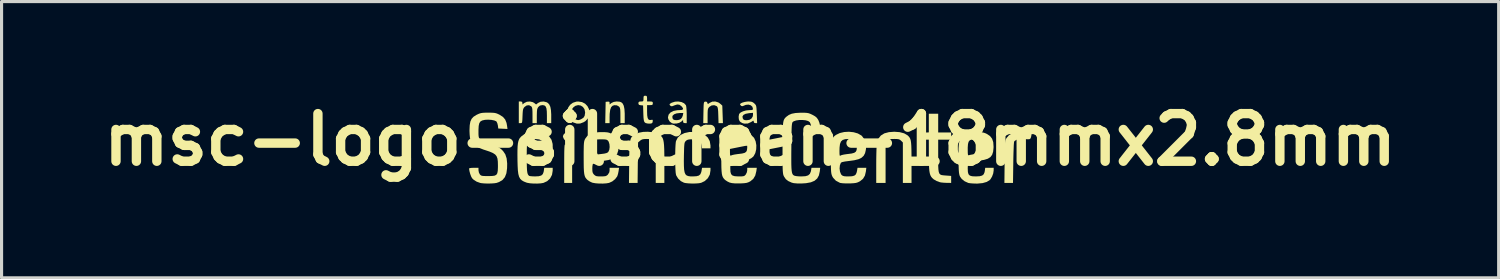
<source format=kicad_pcb>
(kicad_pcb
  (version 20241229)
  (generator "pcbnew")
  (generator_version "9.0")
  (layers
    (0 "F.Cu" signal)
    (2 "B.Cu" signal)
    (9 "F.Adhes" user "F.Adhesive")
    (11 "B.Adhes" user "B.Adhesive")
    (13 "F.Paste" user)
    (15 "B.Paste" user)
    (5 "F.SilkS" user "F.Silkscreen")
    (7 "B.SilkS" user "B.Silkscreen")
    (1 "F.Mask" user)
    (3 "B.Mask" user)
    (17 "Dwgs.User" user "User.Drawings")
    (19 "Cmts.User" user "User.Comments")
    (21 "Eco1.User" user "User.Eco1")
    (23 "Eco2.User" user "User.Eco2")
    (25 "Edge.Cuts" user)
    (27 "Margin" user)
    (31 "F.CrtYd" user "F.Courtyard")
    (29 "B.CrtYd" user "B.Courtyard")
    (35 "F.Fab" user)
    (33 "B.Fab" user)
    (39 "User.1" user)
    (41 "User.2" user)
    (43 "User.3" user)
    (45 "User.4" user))
  (footprint "msc-logo-silscreen-18mmx2.8mm"
    (layer "F.Cu")
    (at 20.944 1.418)
    (property "Reference" "msc-logo-silscreen-18mmx2.8mm" (at 0 0 0) (layer "F.SilkS") (effects (font (size 1.524 1.524) (thickness 0.3))))
    (attr board_only exclude_from_pos_files exclude_from_bom)
    (fp_poly (pts (xy -5.753 -0.239) (xy -5.699 -0.196) (xy -5.672 -0.128) (xy -5.67 -0.104) (xy -5.69 -0.027) (xy -5.74 0.029) (xy -5.81 0.055) (xy -5.886 0.045) (xy -5.893 0.042) (xy -5.938 0.003) (xy -5.971 -0.05) (xy -5.987 -0.104) (xy -5.975 -0.148) (xy -5.954 -0.18) (xy -5.892 -0.234) (xy -5.821 -0.252)) (stroke (width 0) (type solid)) (fill yes) (layer "F.SilkS"))
    (fp_poly (pts (xy -5.919 0.157) (xy -5.871 0.178) (xy -5.805 0.183) (xy -5.744 0.171) (xy -5.721 0.157) (xy -5.712 0.158) (xy -5.706 0.183) (xy -5.7 0.236) (xy -5.697 0.32) (xy -5.695 0.44) (xy -5.693 0.599) (xy -5.693 0.756) (xy -5.693 1.383) (xy -5.947 1.383) (xy -5.947 0.756) (xy -5.946 0.563) (xy -5.945 0.412) (xy -5.942 0.3) (xy -5.938 0.223) (xy -5.933 0.176) (xy -5.926 0.156)) (stroke (width 0) (type solid)) (fill yes) (layer "F.SilkS"))
    (fp_poly (pts (xy -4.176 -1.215) (xy -4.122 -1.197) (xy -4.075 -1.154) (xy -4.041 -1.083) (xy -4.02 -0.978) (xy -4.011 -0.835) (xy -4.011 -0.773) (xy -4.011 -0.53) (xy -4.149 -0.53) (xy -4.149 -0.772) (xy -4.15 -0.884) (xy -4.154 -0.959) (xy -4.163 -1.008) (xy -4.178 -1.04) (xy -4.195 -1.06) (xy -4.263 -1.099) (xy -4.346 -1.103) (xy -4.401 -1.084) (xy -4.446 -1.038) (xy -4.476 -0.954) (xy -4.492 -0.83) (xy -4.495 -0.723) (xy -4.495 -0.53) (xy -4.634 -0.53) (xy -4.621 -1.21) (xy -4.558 -1.217) (xy -4.511 -1.216) (xy -4.495 -1.191) (xy -4.495 -1.175) (xy -4.495 -1.126) (xy -4.434 -1.174) (xy -4.362 -1.208) (xy -4.268 -1.222)) (stroke (width 0) (type solid)) (fill yes) (layer "F.SilkS"))
    (fp_poly (pts (xy -1.015 -1.191) (xy -0.964 -1.156) (xy -0.89 -1.09) (xy -0.88 -0.81) (xy -0.87 -0.53) (xy -1.01 -0.53) (xy -1.018 -0.786) (xy -1.022 -0.9) (xy -1.029 -0.978) (xy -1.038 -1.027) (xy -1.053 -1.057) (xy -1.07 -1.074) (xy -1.148 -1.104) (xy -1.231 -1.095) (xy -1.303 -1.05) (xy -1.329 -1.02) (xy -1.346 -0.988) (xy -1.355 -0.942) (xy -1.359 -0.872) (xy -1.36 -0.766) (xy -1.36 -0.762) (xy -1.36 -0.53) (xy -1.499 -0.53) (xy -1.493 -0.87) (xy -1.49 -1.002) (xy -1.487 -1.094) (xy -1.482 -1.155) (xy -1.475 -1.19) (xy -1.463 -1.208) (xy -1.446 -1.216) (xy -1.433 -1.218) (xy -1.386 -1.211) (xy -1.367 -1.178) (xy -1.357 -1.146) (xy -1.34 -1.145) (xy -1.302 -1.172) (xy -1.297 -1.176) (xy -1.21 -1.217) (xy -1.111 -1.221)) (stroke (width 0) (type solid)) (fill yes) (layer "F.SilkS"))
    (fp_poly (pts (xy 6.016 -0.23) (xy 6.431 -0.23) (xy 6.431 0) (xy 6.016 0) (xy 6.016 0.527) (xy 6.016 0.708) (xy 6.017 0.85) (xy 6.023 0.955) (xy 6.034 1.031) (xy 6.053 1.082) (xy 6.083 1.114) (xy 6.125 1.132) (xy 6.182 1.14) (xy 6.255 1.146) (xy 6.269 1.147) (xy 6.431 1.159) (xy 6.431 1.383) (xy 6.287 1.381) (xy 6.197 1.377) (xy 6.116 1.369) (xy 6.073 1.361) (xy 5.965 1.322) (xy 5.869 1.266) (xy 5.823 1.225) (xy 5.791 1.184) (xy 5.766 1.136) (xy 5.747 1.075) (xy 5.733 0.995) (xy 5.725 0.89) (xy 5.72 0.754) (xy 5.717 0.581) (xy 5.717 0.501) (xy 5.716 0) (xy 5.368 0) (xy 5.382 -0.219) (xy 5.549 -0.226) (xy 5.716 -0.233) (xy 5.716 -0.83) (xy 6.016 -0.83)) (stroke (width 0) (type solid)) (fill yes) (layer "F.SilkS"))
    (fp_poly (pts (xy 4.784 -0.241) (xy 4.927 -0.203) (xy 5.033 -0.141) (xy 5.044 -0.132) (xy 5.077 -0.099) (xy 5.103 -0.065) (xy 5.123 -0.024) (xy 5.139 0.03) (xy 5.149 0.101) (xy 5.156 0.196) (xy 5.16 0.32) (xy 5.162 0.477) (xy 5.163 0.674) (xy 5.163 0.725) (xy 5.163 1.383) (xy 4.886 1.383) (xy 4.886 0.09) (xy 4.83 0.034) (xy 4.793 0.003) (xy 4.752 -0.014) (xy 4.69 -0.022) (xy 4.61 -0.023) (xy 4.52 -0.021) (xy 4.462 -0.012) (xy 4.421 0.006) (xy 4.39 0.034) (xy 4.333 0.09) (xy 4.333 1.383) (xy 4.034 1.383) (xy 4.034 0.796) (xy 4.035 0.615) (xy 4.038 0.449) (xy 4.042 0.306) (xy 4.048 0.191) (xy 4.055 0.113) (xy 4.059 0.092) (xy 4.105 -0.036) (xy 4.183 -0.134) (xy 4.293 -0.202) (xy 4.439 -0.241) (xy 4.611 -0.254)) (stroke (width 0) (type solid)) (fill yes) (layer "F.SilkS"))
    (fp_poly (pts (xy 8.828 -0.252) (xy 8.915 -0.246) (xy 8.969 -0.235) (xy 8.997 -0.215) (xy 9.004 -0.185) (xy 9 -0.153) (xy 8.985 -0.081) (xy 8.969 -0.039) (xy 8.942 -0.018) (xy 8.892 -0.013) (xy 8.808 -0.017) (xy 8.782 -0.018) (xy 8.634 -0.018) (xy 8.528 0.001) (xy 8.462 0.04) (xy 8.444 0.065) (xy 8.44 0.098) (xy 8.434 0.17) (xy 8.43 0.276) (xy 8.425 0.408) (xy 8.421 0.562) (xy 8.418 0.729) (xy 8.418 0.743) (xy 8.409 1.383) (xy 8.134 1.383) (xy 8.141 0.709) (xy 8.143 0.515) (xy 8.145 0.361) (xy 8.148 0.243) (xy 8.151 0.154) (xy 8.156 0.088) (xy 8.163 0.041) (xy 8.172 0.006) (xy 8.184 -0.021) (xy 8.199 -0.048) (xy 8.203 -0.055) (xy 8.28 -0.144) (xy 8.386 -0.205) (xy 8.524 -0.241) (xy 8.698 -0.253) (xy 8.701 -0.253)) (stroke (width 0) (type solid)) (fill yes) (layer "F.SilkS"))
    (fp_poly (pts (xy -5.376 -1.202) (xy -5.278 -1.151) (xy -5.204 -1.074) (xy -5.156 -0.981) (xy -5.136 -0.879) (xy -5.147 -0.775) (xy -5.19 -0.678) (xy -5.267 -0.595) (xy -5.325 -0.559) (xy -5.439 -0.516) (xy -5.544 -0.514) (xy -5.654 -0.551) (xy -5.67 -0.56) (xy -5.767 -0.633) (xy -5.829 -0.724) (xy -5.856 -0.826) (xy -5.854 -0.876) (xy -5.716 -0.876) (xy -5.705 -0.775) (xy -5.668 -0.706) (xy -5.6 -0.659) (xy -5.593 -0.656) (xy -5.534 -0.632) (xy -5.493 -0.626) (xy -5.447 -0.638) (xy -5.406 -0.655) (xy -5.333 -0.7) (xy -5.293 -0.764) (xy -5.278 -0.859) (xy -5.278 -0.876) (xy -5.297 -0.973) (xy -5.347 -1.046) (xy -5.418 -1.092) (xy -5.501 -1.106) (xy -5.586 -1.084) (xy -5.649 -1.039) (xy -5.697 -0.977) (xy -5.715 -0.907) (xy -5.716 -0.876) (xy -5.854 -0.876) (xy -5.852 -0.93) (xy -5.818 -1.03) (xy -5.757 -1.116) (xy -5.67 -1.181) (xy -5.559 -1.217) (xy -5.497 -1.221)) (stroke (width 0) (type solid)) (fill yes) (layer "F.SilkS"))
    (fp_poly (pts (xy -3.123 -0.239) (xy -2.992 -0.204) (xy -2.897 -0.156) (xy -2.856 -0.124) (xy -2.822 -0.089) (xy -2.796 -0.046) (xy -2.777 0.011) (xy -2.763 0.086) (xy -2.753 0.184) (xy -2.747 0.312) (xy -2.744 0.474) (xy -2.743 0.675) (xy -2.743 0.732) (xy -2.743 1.383) (xy -3.019 1.383) (xy -3.019 0.776) (xy -3.02 0.569) (xy -3.022 0.404) (xy -3.027 0.275) (xy -3.035 0.178) (xy -3.046 0.107) (xy -3.061 0.057) (xy -3.081 0.024) (xy -3.106 0.003) (xy -3.113 -0.000487) (xy -3.157 -0.012) (xy -3.23 -0.02) (xy -3.305 -0.023) (xy -3.394 -0.02) (xy -3.454 -0.008) (xy -3.5 0.017) (xy -3.519 0.033) (xy -3.584 0.088) (xy -3.592 0.736) (xy -3.599 1.383) (xy -3.875 1.383) (xy -3.868 0.72) (xy -3.865 0.509) (xy -3.862 0.338) (xy -3.856 0.202) (xy -3.847 0.098) (xy -3.833 0.018) (xy -3.814 -0.042) (xy -3.788 -0.087) (xy -3.754 -0.122) (xy -3.711 -0.153) (xy -3.67 -0.178) (xy -3.557 -0.224) (xy -3.419 -0.249) (xy -3.27 -0.254)) (stroke (width 0) (type solid)) (fill yes) (layer "F.SilkS"))
    (fp_poly (pts (xy -3.317 -1.401) (xy -3.3 -1.377) (xy -3.296 -1.322) (xy -3.296 -1.314) (xy -3.296 -1.222) (xy -3.204 -1.222) (xy -3.144 -1.218) (xy -3.118 -1.204) (xy -3.112 -1.169) (xy -3.112 -1.164) (xy -3.117 -1.127) (xy -3.14 -1.11) (xy -3.196 -1.106) (xy -3.204 -1.106) (xy -3.296 -1.106) (xy -3.296 -0.901) (xy -3.292 -0.776) (xy -3.277 -0.692) (xy -3.249 -0.644) (xy -3.207 -0.628) (xy -3.164 -0.633) (xy -3.125 -0.638) (xy -3.113 -0.616) (xy -3.116 -0.583) (xy -3.127 -0.539) (xy -3.159 -0.519) (xy -3.204 -0.514) (xy -3.275 -0.516) (xy -3.335 -0.53) (xy -3.336 -0.53) (xy -3.366 -0.548) (xy -3.387 -0.577) (xy -3.401 -0.625) (xy -3.41 -0.7) (xy -3.415 -0.81) (xy -3.417 -0.876) (xy -3.423 -1.095) (xy -3.498 -1.102) (xy -3.55 -1.113) (xy -3.571 -1.14) (xy -3.573 -1.165) (xy -3.566 -1.203) (xy -3.538 -1.219) (xy -3.492 -1.222) (xy -3.44 -1.224) (xy -3.417 -1.242) (xy -3.411 -1.287) (xy -3.411 -1.314) (xy -3.408 -1.373) (xy -3.393 -1.4) (xy -3.359 -1.406) (xy -3.354 -1.406)) (stroke (width 0) (type solid)) (fill yes) (layer "F.SilkS"))
    (fp_poly (pts (xy -7.296 -1.211) (xy -7.283 -1.174) (xy -7.283 -1.126) (xy -7.223 -1.174) (xy -7.14 -1.213) (xy -7.042 -1.221) (xy -6.948 -1.199) (xy -6.906 -1.174) (xy -6.846 -1.126) (xy -6.785 -1.174) (xy -6.702 -1.213) (xy -6.605 -1.221) (xy -6.512 -1.199) (xy -6.469 -1.174) (xy -6.423 -1.123) (xy -6.39 -1.05) (xy -6.371 -0.948) (xy -6.362 -0.81) (xy -6.362 -0.743) (xy -6.362 -0.53) (xy -6.5 -0.53) (xy -6.5 -0.767) (xy -6.503 -0.901) (xy -6.514 -0.996) (xy -6.537 -1.058) (xy -6.573 -1.092) (xy -6.625 -1.105) (xy -6.649 -1.106) (xy -6.723 -1.091) (xy -6.775 -1.046) (xy -6.797 -1.011) (xy -6.812 -0.968) (xy -6.819 -0.907) (xy -6.822 -0.815) (xy -6.823 -0.758) (xy -6.823 -0.53) (xy -6.961 -0.53) (xy -6.961 -0.78) (xy -6.962 -0.894) (xy -6.966 -0.972) (xy -6.974 -1.021) (xy -6.989 -1.052) (xy -7.003 -1.068) (xy -7.071 -1.103) (xy -7.146 -1.095) (xy -7.216 -1.047) (xy -7.216 -1.047) (xy -7.242 -1.015) (xy -7.259 -0.977) (xy -7.27 -0.924) (xy -7.276 -0.844) (xy -7.28 -0.759) (xy -7.284 -0.655) (xy -7.289 -0.588) (xy -7.297 -0.551) (xy -7.311 -0.534) (xy -7.333 -0.53) (xy -7.343 -0.53) (xy -7.399 -0.53) (xy -7.399 -1.222) (xy -7.341 -1.222)) (stroke (width 0) (type solid)) (fill yes) (layer "F.SilkS"))
    (fp_poly (pts (xy -2.194 -1.203) (xy -2.111 -1.164) (xy -2.057 -1.107) (xy -2.05 -1.092) (xy -2.041 -1.046) (xy -2.034 -0.965) (xy -2.029 -0.864) (xy -2.028 -0.782) (xy -2.028 -0.53) (xy -2.086 -0.53) (xy -2.131 -0.54) (xy -2.144 -0.577) (xy -2.144 -0.58) (xy -2.144 -0.63) (xy -2.2 -0.578) (xy -2.269 -0.538) (xy -2.36 -0.516) (xy -2.453 -0.515) (xy -2.504 -0.529) (xy -2.571 -0.579) (xy -2.616 -0.654) (xy -2.628 -0.715) (xy -2.624 -0.73) (xy -2.489 -0.73) (xy -2.478 -0.676) (xy -2.462 -0.65) (xy -2.413 -0.628) (xy -2.341 -0.624) (xy -2.268 -0.636) (xy -2.215 -0.663) (xy -2.176 -0.714) (xy -2.152 -0.778) (xy -2.138 -0.853) (xy -2.246 -0.853) (xy -2.349 -0.842) (xy -2.429 -0.813) (xy -2.478 -0.769) (xy -2.489 -0.73) (xy -2.624 -0.73) (xy -2.607 -0.801) (xy -2.547 -0.87) (xy -2.452 -0.919) (xy -2.329 -0.943) (xy -2.271 -0.945) (xy -2.187 -0.951) (xy -2.147 -0.971) (xy -2.148 -1.008) (xy -2.19 -1.063) (xy -2.2 -1.073) (xy -2.263 -1.118) (xy -2.333 -1.126) (xy -2.421 -1.098) (xy -2.434 -1.092) (xy -2.492 -1.07) (xy -2.53 -1.072) (xy -2.547 -1.083) (xy -2.577 -1.116) (xy -2.57 -1.144) (xy -2.524 -1.174) (xy -2.503 -1.184) (xy -2.402 -1.216) (xy -2.295 -1.221)) (stroke (width 0) (type solid)) (fill yes) (layer "F.SilkS"))
    (fp_poly (pts (xy 0.034 -1.216) (xy 0.091 -1.194) (xy 0.136 -1.158) (xy 0.164 -1.13) (xy 0.184 -1.102) (xy 0.196 -1.064) (xy 0.204 -1.008) (xy 0.209 -0.924) (xy 0.214 -0.812) (xy 0.224 -0.53) (xy 0.17 -0.53) (xy 0.126 -0.542) (xy 0.115 -0.576) (xy 0.112 -0.602) (xy 0.097 -0.605) (xy 0.06 -0.583) (xy 0.031 -0.564) (xy -0.076 -0.517) (xy -0.189 -0.514) (xy -0.251 -0.532) (xy -0.307 -0.565) (xy -0.337 -0.594) (xy -0.361 -0.654) (xy -0.367 -0.733) (xy -0.366 -0.741) (xy -0.245 -0.741) (xy -0.235 -0.681) (xy -0.21 -0.643) (xy -0.17 -0.626) (xy -0.111 -0.622) (xy -0.02 -0.636) (xy 0.039 -0.672) (xy 0.083 -0.739) (xy 0.092 -0.791) (xy 0.092 -0.859) (xy -0.036 -0.848) (xy -0.143 -0.828) (xy -0.214 -0.792) (xy -0.245 -0.741) (xy -0.366 -0.741) (xy -0.355 -0.807) (xy -0.346 -0.829) (xy -0.302 -0.871) (xy -0.225 -0.908) (xy -0.129 -0.935) (xy -0.027 -0.945) (xy -0.023 -0.945) (xy 0.049 -0.948) (xy 0.084 -0.961) (xy 0.092 -0.981) (xy 0.073 -1.052) (xy 0.021 -1.1) (xy -0.052 -1.122) (xy -0.137 -1.114) (xy -0.183 -1.095) (xy -0.24 -1.072) (xy -0.277 -1.076) (xy -0.29 -1.085) (xy -0.318 -1.118) (xy -0.323 -1.133) (xy -0.302 -1.16) (xy -0.248 -1.186) (xy -0.173 -1.207) (xy -0.09 -1.22) (xy -0.047 -1.222)) (stroke (width 0) (type solid)) (fill yes) (layer "F.SilkS"))
    (fp_poly (pts (xy -1.748 -0.246) (xy -1.584 -0.216) (xy -1.451 -0.155) (xy -1.353 -0.067) (xy -1.291 0.047) (xy -1.268 0.185) (xy -1.268 0.199) (xy -1.268 0.277) (xy -1.539 0.277) (xy -1.554 0.176) (xy -1.575 0.091) (xy -1.613 0.035) (xy -1.676 0.003) (xy -1.772 -0.01) (xy -1.834 -0.012) (xy -1.927 -0.01) (xy -1.986 -0.001) (xy -2.027 0.016) (xy -2.056 0.041) (xy -2.076 0.062) (xy -2.09 0.088) (xy -2.1 0.124) (xy -2.106 0.179) (xy -2.111 0.259) (xy -2.114 0.373) (xy -2.117 0.489) (xy -2.12 0.685) (xy -2.118 0.839) (xy -2.111 0.958) (xy -2.095 1.045) (xy -2.07 1.105) (xy -2.032 1.143) (xy -1.98 1.164) (xy -1.911 1.174) (xy -1.832 1.175) (xy -1.718 1.169) (xy -1.64 1.148) (xy -1.591 1.105) (xy -1.562 1.035) (xy -1.553 0.991) (xy -1.538 0.899) (xy -1.268 0.899) (xy -1.268 0.985) (xy -1.29 1.119) (xy -1.353 1.233) (xy -1.451 1.324) (xy -1.565 1.379) (xy -1.635 1.393) (xy -1.736 1.401) (xy -1.851 1.403) (xy -1.965 1.398) (xy -2.063 1.388) (xy -2.117 1.376) (xy -2.216 1.325) (xy -2.302 1.244) (xy -2.361 1.148) (xy -2.371 1.118) (xy -2.381 1.058) (xy -2.388 0.962) (xy -2.393 0.839) (xy -2.396 0.699) (xy -2.397 0.552) (xy -2.395 0.407) (xy -2.391 0.272) (xy -2.385 0.159) (xy -2.377 0.076) (xy -2.37 0.042) (xy -2.314 -0.067) (xy -2.222 -0.152) (xy -2.098 -0.212) (xy -1.945 -0.245) (xy -1.769 -0.248)) (stroke (width 0) (type solid)) (fill yes) (layer "F.SilkS"))
    (fp_poly (pts (xy -6.757 -0.24) (xy -6.678 -0.234) (xy -6.616 -0.219) (xy -6.557 -0.195) (xy -6.535 -0.184) (xy -6.427 -0.104) (xy -6.353 0.004) (xy -6.318 0.132) (xy -6.315 0.176) (xy -6.315 0.277) (xy -6.454 0.277) (xy -6.53 0.276) (xy -6.572 0.269) (xy -6.589 0.252) (xy -6.592 0.219) (xy -6.592 0.209) (xy -6.609 0.107) (xy -6.659 0.036) (xy -6.744 -0.007) (xy -6.865 -0.021) (xy -6.933 -0.018) (xy -6.998 -0.011) (xy -7.049 0.000475) (xy -7.086 0.022) (xy -7.113 0.06) (xy -7.13 0.119) (xy -7.139 0.205) (xy -7.144 0.323) (xy -7.145 0.479) (xy -7.145 0.569) (xy -7.144 0.744) (xy -7.141 0.879) (xy -7.136 0.98) (xy -7.126 1.052) (xy -7.112 1.102) (xy -7.092 1.135) (xy -7.067 1.158) (xy -7.032 1.166) (xy -6.966 1.172) (xy -6.881 1.175) (xy -6.877 1.175) (xy -6.761 1.169) (xy -6.682 1.147) (xy -6.633 1.103) (xy -6.606 1.034) (xy -6.599 0.997) (xy -6.586 0.899) (xy -6.315 0.899) (xy -6.315 0.992) (xy -6.337 1.125) (xy -6.397 1.239) (xy -6.491 1.327) (xy -6.61 1.382) (xy -6.696 1.397) (xy -6.807 1.404) (xy -6.928 1.403) (xy -7.041 1.395) (xy -7.13 1.379) (xy -7.151 1.373) (xy -7.237 1.339) (xy -7.304 1.3) (xy -7.354 1.251) (xy -7.39 1.185) (xy -7.414 1.097) (xy -7.429 0.98) (xy -7.437 0.828) (xy -7.441 0.68) (xy -7.443 0.485) (xy -7.442 0.33) (xy -7.437 0.208) (xy -7.427 0.115) (xy -7.411 0.042) (xy -7.389 -0.014) (xy -7.368 -0.051) (xy -7.318 -0.105) (xy -7.245 -0.16) (xy -7.203 -0.184) (xy -7.139 -0.213) (xy -7.078 -0.23) (xy -7.004 -0.239) (xy -6.903 -0.242) (xy -6.868 -0.242)) (stroke (width 0) (type solid)) (fill yes) (layer "F.SilkS"))
    (fp_poly (pts (xy 1.735 -0.862) (xy 1.813 -0.857) (xy 1.874 -0.846) (xy 1.933 -0.824) (xy 1.994 -0.795) (xy 2.079 -0.747) (xy 2.134 -0.7) (xy 2.175 -0.639) (xy 2.184 -0.623) (xy 2.216 -0.542) (xy 2.234 -0.46) (xy 2.236 -0.433) (xy 2.236 -0.346) (xy 1.965 -0.346) (xy 1.951 -0.433) (xy 1.934 -0.502) (xy 1.909 -0.557) (xy 1.906 -0.562) (xy 1.856 -0.597) (xy 1.775 -0.62) (xy 1.675 -0.63) (xy 1.57 -0.629) (xy 1.472 -0.615) (xy 1.395 -0.589) (xy 1.364 -0.567) (xy 1.353 -0.552) (xy 1.345 -0.528) (xy 1.338 -0.491) (xy 1.332 -0.434) (xy 1.328 -0.354) (xy 1.325 -0.246) (xy 1.322 -0.104) (xy 1.32 0.075) (xy 1.319 0.236) (xy 1.317 0.461) (xy 1.317 0.644) (xy 1.318 0.79) (xy 1.322 0.904) (xy 1.329 0.99) (xy 1.339 1.052) (xy 1.354 1.095) (xy 1.372 1.123) (xy 1.396 1.142) (xy 1.423 1.154) (xy 1.473 1.165) (xy 1.553 1.173) (xy 1.644 1.175) (xy 1.646 1.175) (xy 1.77 1.168) (xy 1.856 1.142) (xy 1.911 1.093) (xy 1.942 1.018) (xy 1.948 0.991) (xy 1.963 0.899) (xy 2.242 0.899) (xy 2.228 1.016) (xy 2.2 1.143) (xy 2.145 1.242) (xy 2.06 1.315) (xy 1.942 1.364) (xy 1.788 1.392) (xy 1.66 1.4) (xy 1.506 1.4) (xy 1.393 1.39) (xy 1.331 1.374) (xy 1.221 1.324) (xy 1.143 1.264) (xy 1.087 1.183) (xy 1.084 1.176) (xy 1.071 1.15) (xy 1.061 1.121) (xy 1.054 1.084) (xy 1.048 1.035) (xy 1.043 0.968) (xy 1.04 0.878) (xy 1.039 0.761) (xy 1.038 0.61) (xy 1.037 0.422) (xy 1.037 0.277) (xy 1.037 0.049) (xy 1.038 -0.138) (xy 1.041 -0.288) (xy 1.045 -0.406) (xy 1.052 -0.497) (xy 1.062 -0.567) (xy 1.075 -0.619) (xy 1.093 -0.658) (xy 1.115 -0.69) (xy 1.143 -0.719) (xy 1.156 -0.731) (xy 1.236 -0.79) (xy 1.331 -0.83) (xy 1.45 -0.853) (xy 1.604 -0.862) (xy 1.625 -0.862)) (stroke (width 0) (type solid)) (fill yes) (layer "F.SilkS"))
    (fp_poly (pts (xy 3.311 -0.238) (xy 3.446 -0.199) (xy 3.556 -0.136) (xy 3.577 -0.118) (xy 3.652 -0.017) (xy 3.697 0.111) (xy 3.709 0.256) (xy 3.702 0.323) (xy 3.677 0.431) (xy 3.632 0.515) (xy 3.564 0.578) (xy 3.466 0.625) (xy 3.333 0.658) (xy 3.173 0.68) (xy 3.039 0.697) (xy 2.95 0.715) (xy 2.906 0.735) (xy 2.903 0.739) (xy 2.871 0.822) (xy 2.862 0.922) (xy 2.875 1.022) (xy 2.908 1.105) (xy 2.929 1.131) (xy 2.962 1.155) (xy 3.009 1.169) (xy 3.083 1.175) (xy 3.146 1.175) (xy 3.259 1.17) (xy 3.334 1.15) (xy 3.382 1.11) (xy 3.409 1.044) (xy 3.42 0.995) (xy 3.435 0.899) (xy 3.717 0.899) (xy 3.703 1.016) (xy 3.672 1.149) (xy 3.612 1.25) (xy 3.517 1.328) (xy 3.502 1.336) (xy 3.446 1.364) (xy 3.388 1.382) (xy 3.315 1.392) (xy 3.214 1.398) (xy 3.169 1.399) (xy 3.06 1.399) (xy 2.963 1.394) (xy 2.891 1.385) (xy 2.87 1.379) (xy 2.743 1.312) (xy 2.654 1.217) (xy 2.625 1.166) (xy 2.611 1.129) (xy 2.6 1.087) (xy 2.592 1.031) (xy 2.587 0.956) (xy 2.584 0.854) (xy 2.582 0.719) (xy 2.582 0.578) (xy 2.583 0.389) (xy 2.584 0.352) (xy 2.858 0.352) (xy 2.859 0.443) (xy 2.863 0.494) (xy 2.872 0.515) (xy 2.887 0.512) (xy 2.893 0.507) (xy 2.93 0.492) (xy 3.001 0.476) (xy 3.092 0.462) (xy 3.129 0.458) (xy 3.249 0.442) (xy 3.33 0.42) (xy 3.38 0.385) (xy 3.406 0.333) (xy 3.414 0.258) (xy 3.415 0.237) (xy 3.405 0.124) (xy 3.37 0.046) (xy 3.305 -0.001) (xy 3.205 -0.021) (xy 3.148 -0.023) (xy 3.039 -0.016) (xy 2.96 0.009) (xy 2.907 0.058) (xy 2.875 0.137) (xy 2.861 0.251) (xy 2.858 0.352) (xy 2.584 0.352) (xy 2.587 0.24) (xy 2.595 0.125) (xy 2.61 0.037) (xy 2.632 -0.029) (xy 2.662 -0.079) (xy 2.703 -0.121) (xy 2.748 -0.154) (xy 2.868 -0.212) (xy 3.01 -0.245) (xy 3.161 -0.254)) (stroke (width 0) (type solid)) (fill yes) (layer "F.SilkS"))
    (fp_poly (pts (xy 7.339 -0.24) (xy 7.419 -0.235) (xy 7.481 -0.222) (xy 7.538 -0.201) (xy 7.572 -0.184) (xy 7.673 -0.117) (xy 7.74 -0.031) (xy 7.777 0.08) (xy 7.787 0.223) (xy 7.786 0.258) (xy 7.773 0.385) (xy 7.741 0.484) (xy 7.686 0.557) (xy 7.601 0.61) (xy 7.483 0.646) (xy 7.325 0.67) (xy 7.289 0.674) (xy 7.16 0.689) (xy 7.07 0.705) (xy 7.013 0.73) (xy 6.98 0.768) (xy 6.965 0.824) (xy 6.961 0.904) (xy 6.961 0.926) (xy 6.966 1.034) (xy 6.986 1.106) (xy 7.029 1.149) (xy 7.102 1.17) (xy 7.212 1.175) (xy 7.223 1.175) (xy 7.341 1.169) (xy 7.421 1.148) (xy 7.471 1.107) (xy 7.499 1.041) (xy 7.507 0.997) (xy 7.52 0.899) (xy 7.791 0.899) (xy 7.79 0.985) (xy 7.776 1.08) (xy 7.739 1.18) (xy 7.689 1.264) (xy 7.66 1.296) (xy 7.566 1.352) (xy 7.435 1.389) (xy 7.274 1.404) (xy 7.229 1.404) (xy 7.132 1.401) (xy 7.045 1.394) (xy 6.985 1.385) (xy 6.978 1.383) (xy 6.863 1.331) (xy 6.768 1.255) (xy 6.715 1.181) (xy 6.7 1.145) (xy 6.689 1.101) (xy 6.68 1.041) (xy 6.674 0.96) (xy 6.67 0.849) (xy 6.666 0.702) (xy 6.665 0.631) (xy 6.664 0.429) (xy 6.666 0.305) (xy 6.961 0.305) (xy 6.962 0.403) (xy 6.965 0.463) (xy 6.973 0.492) (xy 6.987 0.5) (xy 7.001 0.496) (xy 7.043 0.485) (xy 7.116 0.472) (xy 7.204 0.46) (xy 7.211 0.459) (xy 7.299 0.448) (xy 7.374 0.437) (xy 7.419 0.427) (xy 7.42 0.427) (xy 7.47 0.389) (xy 7.501 0.319) (xy 7.512 0.23) (xy 7.499 0.132) (xy 7.489 0.097) (xy 7.443 0.031) (xy 7.359 -0.008) (xy 7.239 -0.021) (xy 7.173 -0.018) (xy 7.086 -0.005) (xy 7.026 0.02) (xy 6.989 0.066) (xy 6.969 0.14) (xy 6.961 0.248) (xy 6.961 0.305) (xy 6.666 0.305) (xy 6.667 0.268) (xy 6.677 0.141) (xy 6.696 0.042) (xy 6.724 -0.034) (xy 6.764 -0.093) (xy 6.818 -0.14) (xy 6.886 -0.183) (xy 6.9 -0.19) (xy 6.954 -0.215) (xy 7.013 -0.23) (xy 7.089 -0.238) (xy 7.195 -0.241) (xy 7.226 -0.241)) (stroke (width 0) (type solid)) (fill yes) (layer "F.SilkS"))
    (fp_poly (pts (xy -8.266 -0.863) (xy -8.188 -0.858) (xy -8.126 -0.846) (xy -8.069 -0.824) (xy -8.01 -0.795) (xy -7.905 -0.727) (xy -7.835 -0.645) (xy -7.792 -0.538) (xy -7.776 -0.453) (xy -7.761 -0.343) (xy -7.908 -0.35) (xy -8.056 -0.357) (xy -8.069 -0.459) (xy -8.087 -0.529) (xy -8.114 -0.581) (xy -8.123 -0.589) (xy -8.184 -0.615) (xy -8.274 -0.633) (xy -8.378 -0.64) (xy -8.479 -0.635) (xy -8.491 -0.633) (xy -8.572 -0.614) (xy -8.628 -0.581) (xy -8.663 -0.526) (xy -8.682 -0.442) (xy -8.689 -0.321) (xy -8.689 -0.283) (xy -8.689 -0.181) (xy -8.685 -0.113) (xy -8.675 -0.068) (xy -8.656 -0.035) (xy -8.626 -0.002) (xy -8.625 -0.001) (xy -8.553 0.049) (xy -8.437 0.099) (xy -8.354 0.126) (xy -8.212 0.173) (xy -8.105 0.215) (xy -8.023 0.259) (xy -7.956 0.309) (xy -7.901 0.365) (xy -7.831 0.468) (xy -7.788 0.599) (xy -7.771 0.761) (xy -7.774 0.915) (xy -7.796 1.074) (xy -7.844 1.198) (xy -7.92 1.289) (xy -8.029 1.354) (xy -8.111 1.383) (xy -8.182 1.394) (xy -8.284 1.401) (xy -8.398 1.403) (xy -8.509 1.399) (xy -8.601 1.39) (xy -8.632 1.384) (xy -8.749 1.342) (xy -8.848 1.278) (xy -8.893 1.233) (xy -8.923 1.178) (xy -8.953 1.097) (xy -8.977 1.009) (xy -8.989 0.934) (xy -8.989 0.921) (xy -8.968 0.91) (xy -8.913 0.902) (xy -8.839 0.899) (xy -8.689 0.899) (xy -8.689 0.977) (xy -8.676 1.049) (xy -8.645 1.11) (xy -8.621 1.135) (xy -8.592 1.151) (xy -8.548 1.16) (xy -8.477 1.163) (xy -8.378 1.164) (xy -8.259 1.162) (xy -8.174 1.151) (xy -8.119 1.124) (xy -8.087 1.074) (xy -8.072 0.995) (xy -8.067 0.88) (xy -8.067 0.819) (xy -8.07 0.697) (xy -8.082 0.603) (xy -8.109 0.531) (xy -8.156 0.473) (xy -8.23 0.426) (xy -8.336 0.38) (xy -8.48 0.332) (xy -8.522 0.319) (xy -8.69 0.255) (xy -8.815 0.18) (xy -8.901 0.093) (xy -8.947 0.004) (xy -8.961 -0.06) (xy -8.971 -0.157) (xy -8.976 -0.271) (xy -8.976 -0.312) (xy -8.969 -0.463) (xy -8.949 -0.578) (xy -8.909 -0.666) (xy -8.848 -0.733) (xy -8.759 -0.79) (xy -8.737 -0.801) (xy -8.671 -0.831) (xy -8.612 -0.85) (xy -8.544 -0.86) (xy -8.454 -0.864) (xy -8.377 -0.864)) (stroke (width 0) (type solid)) (fill yes) (layer "F.SilkS"))
    (fp_poly (pts (xy -0.246 -0.241) (xy -0.168 -0.235) (xy -0.11 -0.223) (xy -0.058 -0.203) (xy -0.024 -0.184) (xy 0.049 -0.134) (xy 0.111 -0.075) (xy 0.13 -0.052) (xy 0.177 0.054) (xy 0.199 0.178) (xy 0.195 0.307) (xy 0.166 0.428) (xy 0.113 0.526) (xy 0.092 0.549) (xy 0.032 0.597) (xy -0.045 0.632) (xy -0.147 0.658) (xy -0.283 0.676) (xy -0.351 0.682) (xy -0.47 0.693) (xy -0.549 0.709) (xy -0.598 0.737) (xy -0.623 0.782) (xy -0.633 0.852) (xy -0.634 0.922) (xy -0.629 1.03) (xy -0.608 1.102) (xy -0.565 1.146) (xy -0.492 1.168) (xy -0.382 1.175) (xy -0.356 1.175) (xy -0.267 1.174) (xy -0.211 1.167) (xy -0.175 1.152) (xy -0.147 1.123) (xy -0.14 1.115) (xy -0.104 1.044) (xy -0.092 0.976) (xy -0.092 0.899) (xy 0.214 0.899) (xy 0.199 1.007) (xy 0.164 1.148) (xy 0.1 1.255) (xy 0.004 1.333) (xy -0.002 1.336) (xy -0.058 1.364) (xy -0.116 1.382) (xy -0.189 1.392) (xy -0.29 1.398) (xy -0.334 1.399) (xy -0.477 1.399) (xy -0.582 1.389) (xy -0.656 1.371) (xy -0.73 1.335) (xy -0.794 1.292) (xy -0.803 1.285) (xy -0.84 1.247) (xy -0.868 1.207) (xy -0.889 1.158) (xy -0.904 1.093) (xy -0.913 1.006) (xy -0.919 0.891) (xy -0.921 0.742) (xy -0.922 0.582) (xy -0.922 0.416) (xy -0.921 0.338) (xy -0.645 0.338) (xy -0.644 0.433) (xy -0.641 0.489) (xy -0.633 0.513) (xy -0.619 0.513) (xy -0.611 0.507) (xy -0.573 0.492) (xy -0.502 0.476) (xy -0.411 0.462) (xy -0.376 0.458) (xy -0.257 0.443) (xy -0.176 0.422) (xy -0.127 0.389) (xy -0.102 0.339) (xy -0.093 0.265) (xy -0.092 0.229) (xy -0.101 0.121) (xy -0.13 0.049) (xy -0.187 0.006) (xy -0.277 -0.015) (xy -0.305 -0.018) (xy -0.433 -0.017) (xy -0.534 0.008) (xy -0.601 0.054) (xy -0.619 0.082) (xy -0.631 0.132) (xy -0.64 0.213) (xy -0.645 0.309) (xy -0.645 0.338) (xy -0.921 0.338) (xy -0.921 0.289) (xy -0.918 0.194) (xy -0.913 0.125) (xy -0.906 0.074) (xy -0.895 0.034) (xy -0.881 -0.001) (xy -0.87 -0.023) (xy -0.818 -0.102) (xy -0.747 -0.159) (xy -0.704 -0.184) (xy -0.643 -0.211) (xy -0.585 -0.229) (xy -0.516 -0.238) (xy -0.422 -0.242) (xy -0.358 -0.242)) (stroke (width 0) (type solid)) (fill yes) (layer "F.SilkS"))
    (fp_poly (pts (xy -4.649 -0.241) (xy -4.571 -0.235) (xy -4.513 -0.223) (xy -4.462 -0.203) (xy -4.427 -0.184) (xy -4.358 -0.138) (xy -4.3 -0.088) (xy -4.284 -0.069) (xy -4.244 0.012) (xy -4.218 0.12) (xy -4.208 0.237) (xy -4.216 0.337) (xy -4.252 0.452) (xy -4.313 0.541) (xy -4.403 0.606) (xy -4.528 0.65) (xy -4.692 0.677) (xy -4.74 0.681) (xy -4.865 0.693) (xy -4.951 0.711) (xy -5.005 0.741) (xy -5.034 0.788) (xy -5.046 0.857) (xy -5.048 0.923) (xy -5.045 1.008) (xy -5.032 1.063) (xy -5.005 1.104) (xy -4.991 1.119) (xy -4.955 1.149) (xy -4.913 1.167) (xy -4.852 1.174) (xy -4.771 1.175) (xy -4.681 1.173) (xy -4.623 1.165) (xy -4.583 1.146) (xy -4.551 1.119) (xy -4.504 1.043) (xy -4.495 0.981) (xy -4.495 0.899) (xy -4.192 0.899) (xy -4.208 1.008) (xy -4.224 1.089) (xy -4.246 1.16) (xy -4.255 1.179) (xy -4.318 1.262) (xy -4.409 1.335) (xy -4.51 1.381) (xy -4.513 1.382) (xy -4.6 1.397) (xy -4.712 1.404) (xy -4.834 1.403) (xy -4.948 1.394) (xy -5.037 1.378) (xy -5.056 1.372) (xy -5.13 1.337) (xy -5.196 1.293) (xy -5.203 1.287) (xy -5.24 1.249) (xy -5.269 1.21) (xy -5.29 1.161) (xy -5.305 1.098) (xy -5.315 1.014) (xy -5.321 0.902) (xy -5.323 0.757) (xy -5.324 0.573) (xy -5.324 0.571) (xy -5.324 0.403) (xy -5.324 0.394) (xy -5.047 0.394) (xy -5.047 0.458) (xy -5.042 0.491) (xy -5.03 0.501) (xy -5.011 0.497) (xy -5.01 0.496) (xy -4.968 0.486) (xy -4.894 0.474) (xy -4.801 0.462) (xy -4.771 0.459) (xy -4.668 0.446) (xy -4.6 0.43) (xy -4.557 0.41) (xy -4.535 0.389) (xy -4.505 0.324) (xy -4.493 0.236) (xy -4.5 0.143) (xy -4.524 0.065) (xy -4.539 0.043) (xy -4.565 0.015) (xy -4.599 -0.001) (xy -4.65 -0.009) (xy -4.732 -0.011) (xy -4.768 -0.012) (xy -4.876 -0.009) (xy -4.95 0.003) (xy -4.997 0.032) (xy -5.024 0.086) (xy -5.038 0.171) (xy -5.044 0.292) (xy -5.047 0.394) (xy -5.324 0.394) (xy -5.322 0.275) (xy -5.32 0.179) (xy -5.315 0.11) (xy -5.308 0.059) (xy -5.298 0.021) (xy -5.285 -0.011) (xy -5.272 -0.035) (xy -5.206 -0.121) (xy -5.117 -0.183) (xy -4.998 -0.222) (xy -4.846 -0.24) (xy -4.76 -0.242)) (stroke (width 0) (type solid)) (fill yes) (layer "F.SilkS")))
  (gr_rect
    (start -3 -3)
    (end 44.888 5.836)
    (stroke (width 0.1) (type default))
    (fill no)
    (layer "Edge.Cuts")))
</source>
